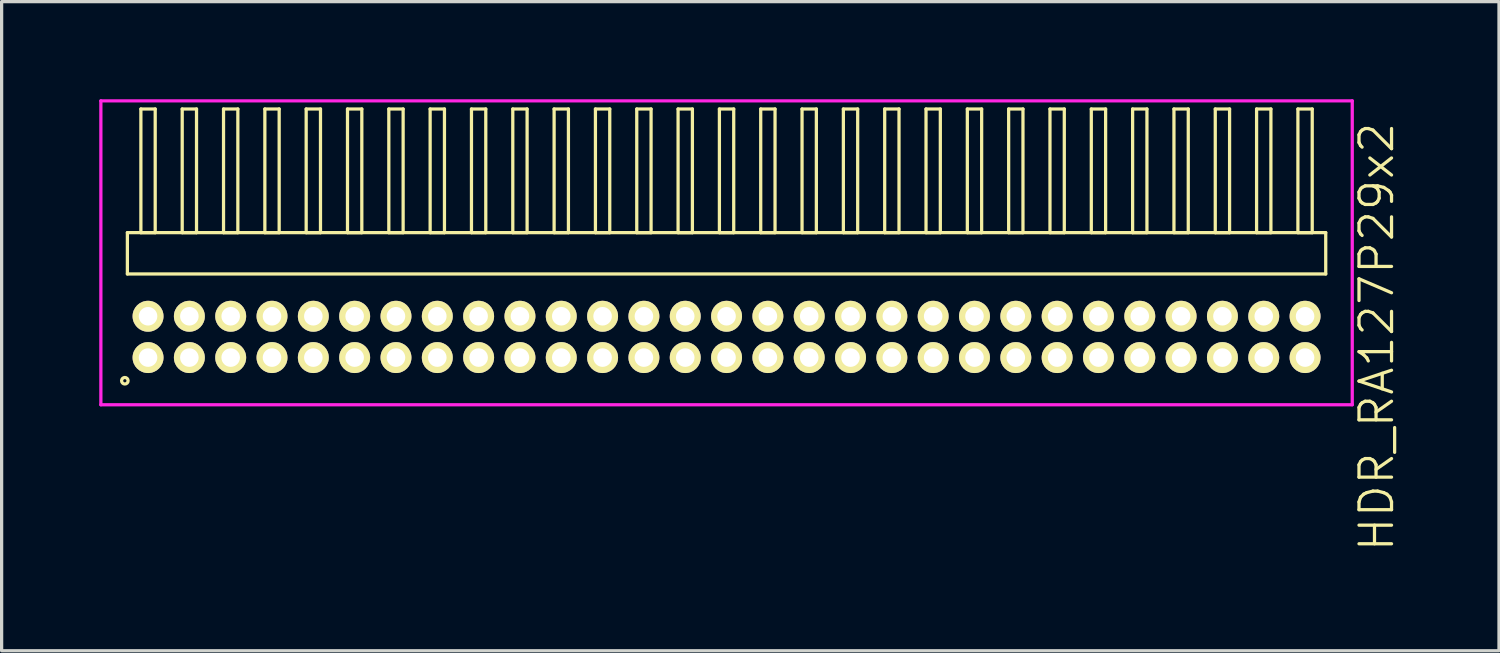
<source format=kicad_pcb>
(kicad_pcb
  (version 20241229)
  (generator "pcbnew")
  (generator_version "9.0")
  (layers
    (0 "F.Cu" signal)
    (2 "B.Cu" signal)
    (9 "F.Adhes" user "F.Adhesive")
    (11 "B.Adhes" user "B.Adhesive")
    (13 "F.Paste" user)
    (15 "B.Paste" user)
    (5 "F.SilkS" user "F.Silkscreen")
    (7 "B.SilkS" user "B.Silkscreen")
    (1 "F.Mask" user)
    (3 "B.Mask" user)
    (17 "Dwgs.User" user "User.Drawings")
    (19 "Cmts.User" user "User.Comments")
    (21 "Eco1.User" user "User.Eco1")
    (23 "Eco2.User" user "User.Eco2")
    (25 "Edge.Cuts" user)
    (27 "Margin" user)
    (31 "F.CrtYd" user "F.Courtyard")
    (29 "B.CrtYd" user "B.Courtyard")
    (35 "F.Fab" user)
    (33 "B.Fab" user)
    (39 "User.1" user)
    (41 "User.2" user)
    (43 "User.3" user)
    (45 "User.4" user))
  (footprint "HDR_RA127P29x2"
    (layer "F.Cu")
    (at 19.28 7.305)
    (property "Reference" "HDR_RA127P29x2" (at 19.98 0 90) (layer "F.SilkS") (effects (font (size 1 1) (thickness 0.1))))
    (attr through_hole)
    (fp_line (start -18.415 -3.205) (end -18.415 -1.935) (stroke (width 0.1) (type solid)) (layer "F.SilkS"))
    (fp_line (start -18.415 -1.935) (end 18.415 -1.935) (stroke (width 0.1) (type solid)) (layer "F.SilkS"))
    (fp_line (start -18 -7.005) (end -18 -3.205) (stroke (width 0.1) (type solid)) (layer "F.SilkS"))
    (fp_line (start -18 -3.205) (end -17.56 -3.205) (stroke (width 0.1) (type solid)) (layer "F.SilkS"))
    (fp_line (start -17.56 -7.005) (end -18 -7.005) (stroke (width 0.1) (type solid)) (layer "F.SilkS"))
    (fp_line (start -17.56 -3.205) (end -17.56 -7.005) (stroke (width 0.1) (type solid)) (layer "F.SilkS"))
    (fp_line (start -16.73 -7.005) (end -16.73 -3.205) (stroke (width 0.1) (type solid)) (layer "F.SilkS"))
    (fp_line (start -16.73 -3.205) (end -16.29 -3.205) (stroke (width 0.1) (type solid)) (layer "F.SilkS"))
    (fp_line (start -16.29 -7.005) (end -16.73 -7.005) (stroke (width 0.1) (type solid)) (layer "F.SilkS"))
    (fp_line (start -16.29 -3.205) (end -16.29 -7.005) (stroke (width 0.1) (type solid)) (layer "F.SilkS"))
    (fp_line (start -15.46 -7.005) (end -15.46 -3.205) (stroke (width 0.1) (type solid)) (layer "F.SilkS"))
    (fp_line (start -15.46 -3.205) (end -15.02 -3.205) (stroke (width 0.1) (type solid)) (layer "F.SilkS"))
    (fp_line (start -15.02 -7.005) (end -15.46 -7.005) (stroke (width 0.1) (type solid)) (layer "F.SilkS"))
    (fp_line (start -15.02 -3.205) (end -15.02 -7.005) (stroke (width 0.1) (type solid)) (layer "F.SilkS"))
    (fp_line (start -14.19 -7.005) (end -14.19 -3.205) (stroke (width 0.1) (type solid)) (layer "F.SilkS"))
    (fp_line (start -14.19 -3.205) (end -13.75 -3.205) (stroke (width 0.1) (type solid)) (layer "F.SilkS"))
    (fp_line (start -13.75 -7.005) (end -14.19 -7.005) (stroke (width 0.1) (type solid)) (layer "F.SilkS"))
    (fp_line (start -13.75 -3.205) (end -13.75 -7.005) (stroke (width 0.1) (type solid)) (layer "F.SilkS"))
    (fp_line (start -12.92 -7.005) (end -12.92 -3.205) (stroke (width 0.1) (type solid)) (layer "F.SilkS"))
    (fp_line (start -12.92 -3.205) (end -12.48 -3.205) (stroke (width 0.1) (type solid)) (layer "F.SilkS"))
    (fp_line (start -12.48 -7.005) (end -12.92 -7.005) (stroke (width 0.1) (type solid)) (layer "F.SilkS"))
    (fp_line (start -12.48 -3.205) (end -12.48 -7.005) (stroke (width 0.1) (type solid)) (layer "F.SilkS"))
    (fp_line (start -11.65 -7.005) (end -11.65 -3.205) (stroke (width 0.1) (type solid)) (layer "F.SilkS"))
    (fp_line (start -11.65 -3.205) (end -11.21 -3.205) (stroke (width 0.1) (type solid)) (layer "F.SilkS"))
    (fp_line (start -11.21 -7.005) (end -11.65 -7.005) (stroke (width 0.1) (type solid)) (layer "F.SilkS"))
    (fp_line (start -11.21 -3.205) (end -11.21 -7.005) (stroke (width 0.1) (type solid)) (layer "F.SilkS"))
    (fp_line (start -10.38 -7.005) (end -10.38 -3.205) (stroke (width 0.1) (type solid)) (layer "F.SilkS"))
    (fp_line (start -10.38 -3.205) (end -9.94 -3.205) (stroke (width 0.1) (type solid)) (layer "F.SilkS"))
    (fp_line (start -9.94 -7.005) (end -10.38 -7.005) (stroke (width 0.1) (type solid)) (layer "F.SilkS"))
    (fp_line (start -9.94 -3.205) (end -9.94 -7.005) (stroke (width 0.1) (type solid)) (layer "F.SilkS"))
    (fp_line (start -9.11 -7.005) (end -9.11 -3.205) (stroke (width 0.1) (type solid)) (layer "F.SilkS"))
    (fp_line (start -9.11 -3.205) (end -8.67 -3.205) (stroke (width 0.1) (type solid)) (layer "F.SilkS"))
    (fp_line (start -8.67 -7.005) (end -9.11 -7.005) (stroke (width 0.1) (type solid)) (layer "F.SilkS"))
    (fp_line (start -8.67 -3.205) (end -8.67 -7.005) (stroke (width 0.1) (type solid)) (layer "F.SilkS"))
    (fp_line (start -7.84 -7.005) (end -7.84 -3.205) (stroke (width 0.1) (type solid)) (layer "F.SilkS"))
    (fp_line (start -7.84 -3.205) (end -7.4 -3.205) (stroke (width 0.1) (type solid)) (layer "F.SilkS"))
    (fp_line (start -7.4 -7.005) (end -7.84 -7.005) (stroke (width 0.1) (type solid)) (layer "F.SilkS"))
    (fp_line (start -7.4 -3.205) (end -7.4 -7.005) (stroke (width 0.1) (type solid)) (layer "F.SilkS"))
    (fp_line (start -6.57 -7.005) (end -6.57 -3.205) (stroke (width 0.1) (type solid)) (layer "F.SilkS"))
    (fp_line (start -6.57 -3.205) (end -6.13 -3.205) (stroke (width 0.1) (type solid)) (layer "F.SilkS"))
    (fp_line (start -6.13 -7.005) (end -6.57 -7.005) (stroke (width 0.1) (type solid)) (layer "F.SilkS"))
    (fp_line (start -6.13 -3.205) (end -6.13 -7.005) (stroke (width 0.1) (type solid)) (layer "F.SilkS"))
    (fp_line (start -5.3 -7.005) (end -5.3 -3.205) (stroke (width 0.1) (type solid)) (layer "F.SilkS"))
    (fp_line (start -5.3 -3.205) (end -4.86 -3.205) (stroke (width 0.1) (type solid)) (layer "F.SilkS"))
    (fp_line (start -4.86 -7.005) (end -5.3 -7.005) (stroke (width 0.1) (type solid)) (layer "F.SilkS"))
    (fp_line (start -4.86 -3.205) (end -4.86 -7.005) (stroke (width 0.1) (type solid)) (layer "F.SilkS"))
    (fp_line (start -4.03 -7.005) (end -4.03 -3.205) (stroke (width 0.1) (type solid)) (layer "F.SilkS"))
    (fp_line (start -4.03 -3.205) (end -3.59 -3.205) (stroke (width 0.1) (type solid)) (layer "F.SilkS"))
    (fp_line (start -3.59 -7.005) (end -4.03 -7.005) (stroke (width 0.1) (type solid)) (layer "F.SilkS"))
    (fp_line (start -3.59 -3.205) (end -3.59 -7.005) (stroke (width 0.1) (type solid)) (layer "F.SilkS"))
    (fp_line (start -2.76 -7.005) (end -2.76 -3.205) (stroke (width 0.1) (type solid)) (layer "F.SilkS"))
    (fp_line (start -2.76 -3.205) (end -2.32 -3.205) (stroke (width 0.1) (type solid)) (layer "F.SilkS"))
    (fp_line (start -2.32 -7.005) (end -2.76 -7.005) (stroke (width 0.1) (type solid)) (layer "F.SilkS"))
    (fp_line (start -2.32 -3.205) (end -2.32 -7.005) (stroke (width 0.1) (type solid)) (layer "F.SilkS"))
    (fp_line (start -1.49 -7.005) (end -1.49 -3.205) (stroke (width 0.1) (type solid)) (layer "F.SilkS"))
    (fp_line (start -1.49 -3.205) (end -1.05 -3.205) (stroke (width 0.1) (type solid)) (layer "F.SilkS"))
    (fp_line (start -1.05 -7.005) (end -1.49 -7.005) (stroke (width 0.1) (type solid)) (layer "F.SilkS"))
    (fp_line (start -1.05 -3.205) (end -1.05 -7.005) (stroke (width 0.1) (type solid)) (layer "F.SilkS"))
    (fp_line (start -0.22 -7.005) (end -0.22 -3.205) (stroke (width 0.1) (type solid)) (layer "F.SilkS"))
    (fp_line (start -0.22 -3.205) (end 0.22 -3.205) (stroke (width 0.1) (type solid)) (layer "F.SilkS"))
    (fp_line (start 0.22 -7.005) (end -0.22 -7.005) (stroke (width 0.1) (type solid)) (layer "F.SilkS"))
    (fp_line (start 0.22 -3.205) (end 0.22 -7.005) (stroke (width 0.1) (type solid)) (layer "F.SilkS"))
    (fp_line (start 1.05 -7.005) (end 1.05 -3.205) (stroke (width 0.1) (type solid)) (layer "F.SilkS"))
    (fp_line (start 1.05 -3.205) (end 1.49 -3.205) (stroke (width 0.1) (type solid)) (layer "F.SilkS"))
    (fp_line (start 1.49 -7.005) (end 1.05 -7.005) (stroke (width 0.1) (type solid)) (layer "F.SilkS"))
    (fp_line (start 1.49 -3.205) (end 1.49 -7.005) (stroke (width 0.1) (type solid)) (layer "F.SilkS"))
    (fp_line (start 2.32 -7.005) (end 2.32 -3.205) (stroke (width 0.1) (type solid)) (layer "F.SilkS"))
    (fp_line (start 2.32 -3.205) (end 2.76 -3.205) (stroke (width 0.1) (type solid)) (layer "F.SilkS"))
    (fp_line (start 2.76 -7.005) (end 2.32 -7.005) (stroke (width 0.1) (type solid)) (layer "F.SilkS"))
    (fp_line (start 2.76 -3.205) (end 2.76 -7.005) (stroke (width 0.1) (type solid)) (layer "F.SilkS"))
    (fp_line (start 3.59 -7.005) (end 3.59 -3.205) (stroke (width 0.1) (type solid)) (layer "F.SilkS"))
    (fp_line (start 3.59 -3.205) (end 4.03 -3.205) (stroke (width 0.1) (type solid)) (layer "F.SilkS"))
    (fp_line (start 4.03 -7.005) (end 3.59 -7.005) (stroke (width 0.1) (type solid)) (layer "F.SilkS"))
    (fp_line (start 4.03 -3.205) (end 4.03 -7.005) (stroke (width 0.1) (type solid)) (layer "F.SilkS"))
    (fp_line (start 4.86 -7.005) (end 4.86 -3.205) (stroke (width 0.1) (type solid)) (layer "F.SilkS"))
    (fp_line (start 4.86 -3.205) (end 5.3 -3.205) (stroke (width 0.1) (type solid)) (layer "F.SilkS"))
    (fp_line (start 5.3 -7.005) (end 4.86 -7.005) (stroke (width 0.1) (type solid)) (layer "F.SilkS"))
    (fp_line (start 5.3 -3.205) (end 5.3 -7.005) (stroke (width 0.1) (type solid)) (layer "F.SilkS"))
    (fp_line (start 6.13 -7.005) (end 6.13 -3.205) (stroke (width 0.1) (type solid)) (layer "F.SilkS"))
    (fp_line (start 6.13 -3.205) (end 6.57 -3.205) (stroke (width 0.1) (type solid)) (layer "F.SilkS"))
    (fp_line (start 6.57 -7.005) (end 6.13 -7.005) (stroke (width 0.1) (type solid)) (layer "F.SilkS"))
    (fp_line (start 6.57 -3.205) (end 6.57 -7.005) (stroke (width 0.1) (type solid)) (layer "F.SilkS"))
    (fp_line (start 7.4 -7.005) (end 7.4 -3.205) (stroke (width 0.1) (type solid)) (layer "F.SilkS"))
    (fp_line (start 7.4 -3.205) (end 7.84 -3.205) (stroke (width 0.1) (type solid)) (layer "F.SilkS"))
    (fp_line (start 7.84 -7.005) (end 7.4 -7.005) (stroke (width 0.1) (type solid)) (layer "F.SilkS"))
    (fp_line (start 7.84 -3.205) (end 7.84 -7.005) (stroke (width 0.1) (type solid)) (layer "F.SilkS"))
    (fp_line (start 8.67 -7.005) (end 8.67 -3.205) (stroke (width 0.1) (type solid)) (layer "F.SilkS"))
    (fp_line (start 8.67 -3.205) (end 9.11 -3.205) (stroke (width 0.1) (type solid)) (layer "F.SilkS"))
    (fp_line (start 9.11 -7.005) (end 8.67 -7.005) (stroke (width 0.1) (type solid)) (layer "F.SilkS"))
    (fp_line (start 9.11 -3.205) (end 9.11 -7.005) (stroke (width 0.1) (type solid)) (layer "F.SilkS"))
    (fp_line (start 9.94 -7.005) (end 9.94 -3.205) (stroke (width 0.1) (type solid)) (layer "F.SilkS"))
    (fp_line (start 9.94 -3.205) (end 10.38 -3.205) (stroke (width 0.1) (type solid)) (layer "F.SilkS"))
    (fp_line (start 10.38 -7.005) (end 9.94 -7.005) (stroke (width 0.1) (type solid)) (layer "F.SilkS"))
    (fp_line (start 10.38 -3.205) (end 10.38 -7.005) (stroke (width 0.1) (type solid)) (layer "F.SilkS"))
    (fp_line (start 11.21 -7.005) (end 11.21 -3.205) (stroke (width 0.1) (type solid)) (layer "F.SilkS"))
    (fp_line (start 11.21 -3.205) (end 11.65 -3.205) (stroke (width 0.1) (type solid)) (layer "F.SilkS"))
    (fp_line (start 11.65 -7.005) (end 11.21 -7.005) (stroke (width 0.1) (type solid)) (layer "F.SilkS"))
    (fp_line (start 11.65 -3.205) (end 11.65 -7.005) (stroke (width 0.1) (type solid)) (layer "F.SilkS"))
    (fp_line (start 12.48 -7.005) (end 12.48 -3.205) (stroke (width 0.1) (type solid)) (layer "F.SilkS"))
    (fp_line (start 12.48 -3.205) (end 12.92 -3.205) (stroke (width 0.1) (type solid)) (layer "F.SilkS"))
    (fp_line (start 12.92 -7.005) (end 12.48 -7.005) (stroke (width 0.1) (type solid)) (layer "F.SilkS"))
    (fp_line (start 12.92 -3.205) (end 12.92 -7.005) (stroke (width 0.1) (type solid)) (layer "F.SilkS"))
    (fp_line (start 13.75 -7.005) (end 13.75 -3.205) (stroke (width 0.1) (type solid)) (layer "F.SilkS"))
    (fp_line (start 13.75 -3.205) (end 14.19 -3.205) (stroke (width 0.1) (type solid)) (layer "F.SilkS"))
    (fp_line (start 14.19 -7.005) (end 13.75 -7.005) (stroke (width 0.1) (type solid)) (layer "F.SilkS"))
    (fp_line (start 14.19 -3.205) (end 14.19 -7.005) (stroke (width 0.1) (type solid)) (layer "F.SilkS"))
    (fp_line (start 15.02 -7.005) (end 15.02 -3.205) (stroke (width 0.1) (type solid)) (layer "F.SilkS"))
    (fp_line (start 15.02 -3.205) (end 15.46 -3.205) (stroke (width 0.1) (type solid)) (layer "F.SilkS"))
    (fp_line (start 15.46 -7.005) (end 15.02 -7.005) (stroke (width 0.1) (type solid)) (layer "F.SilkS"))
    (fp_line (start 15.46 -3.205) (end 15.46 -7.005) (stroke (width 0.1) (type solid)) (layer "F.SilkS"))
    (fp_line (start 16.29 -7.005) (end 16.29 -3.205) (stroke (width 0.1) (type solid)) (layer "F.SilkS"))
    (fp_line (start 16.29 -3.205) (end 16.73 -3.205) (stroke (width 0.1) (type solid)) (layer "F.SilkS"))
    (fp_line (start 16.73 -7.005) (end 16.29 -7.005) (stroke (width 0.1) (type solid)) (layer "F.SilkS"))
    (fp_line (start 16.73 -3.205) (end 16.73 -7.005) (stroke (width 0.1) (type solid)) (layer "F.SilkS"))
    (fp_line (start 17.56 -7.005) (end 17.56 -3.205) (stroke (width 0.1) (type solid)) (layer "F.SilkS"))
    (fp_line (start 17.56 -3.205) (end 18 -3.205) (stroke (width 0.1) (type solid)) (layer "F.SilkS"))
    (fp_line (start 18 -7.005) (end 17.56 -7.005) (stroke (width 0.1) (type solid)) (layer "F.SilkS"))
    (fp_line (start 18 -3.205) (end 18 -7.005) (stroke (width 0.1) (type solid)) (layer "F.SilkS"))
    (fp_line (start 18.415 -3.205) (end -18.415 -3.205) (stroke (width 0.1) (type solid)) (layer "F.SilkS"))
    (fp_line (start 18.415 -1.935) (end 18.415 -3.205) (stroke (width 0.1) (type solid)) (layer "F.SilkS"))
    (fp_circle (center -18.493 1.347) (end -18.393 1.347) (stroke (width 0.1) (type solid)) (fill no) (layer "F.SilkS"))
    (fp_line (start -19.23 -7.255) (end -19.23 2.085) (stroke (width 0.1) (type solid)) (layer "F.CrtYd"))
    (fp_line (start -19.23 2.085) (end 19.23 2.085) (stroke (width 0.1) (type solid)) (layer "F.CrtYd"))
    (fp_line (start 19.23 -7.255) (end -19.23 -7.255) (stroke (width 0.1) (type solid)) (layer "F.CrtYd"))
    (fp_line (start 19.23 2.085) (end 19.23 -7.255) (stroke (width 0.1) (type solid)) (layer "F.CrtYd"))
    (pad "1" thru_hole oval (at -17.78 0.635) (size 0.95 0.95) (drill 0.57) (layers "*.Cu" "*.Mask" "F.SilkS"))
    (pad "2" thru_hole oval (at -17.78 -0.635) (size 0.95 0.95) (drill 0.57) (layers "*.Cu" "*.Mask" "F.SilkS"))
    (pad "3" thru_hole oval (at -16.51 0.635) (size 0.95 0.95) (drill 0.57) (layers "*.Cu" "*.Mask" "F.SilkS"))
    (pad "4" thru_hole oval (at -16.51 -0.635) (size 0.95 0.95) (drill 0.57) (layers "*.Cu" "*.Mask" "F.SilkS"))
    (pad "5" thru_hole oval (at -15.24 0.635) (size 0.95 0.95) (drill 0.57) (layers "*.Cu" "*.Mask" "F.SilkS"))
    (pad "6" thru_hole oval (at -15.24 -0.635) (size 0.95 0.95) (drill 0.57) (layers "*.Cu" "*.Mask" "F.SilkS"))
    (pad "7" thru_hole oval (at -13.97 0.635) (size 0.95 0.95) (drill 0.57) (layers "*.Cu" "*.Mask" "F.SilkS"))
    (pad "8" thru_hole oval (at -13.97 -0.635) (size 0.95 0.95) (drill 0.57) (layers "*.Cu" "*.Mask" "F.SilkS"))
    (pad "9" thru_hole oval (at -12.7 0.635) (size 0.95 0.95) (drill 0.57) (layers "*.Cu" "*.Mask" "F.SilkS"))
    (pad "10" thru_hole oval (at -12.7 -0.635) (size 0.95 0.95) (drill 0.57) (layers "*.Cu" "*.Mask" "F.SilkS"))
    (pad "11" thru_hole oval (at -11.43 0.635) (size 0.95 0.95) (drill 0.57) (layers "*.Cu" "*.Mask" "F.SilkS"))
    (pad "12" thru_hole oval (at -11.43 -0.635) (size 0.95 0.95) (drill 0.57) (layers "*.Cu" "*.Mask" "F.SilkS"))
    (pad "13" thru_hole oval (at -10.16 0.635) (size 0.95 0.95) (drill 0.57) (layers "*.Cu" "*.Mask" "F.SilkS"))
    (pad "14" thru_hole oval (at -10.16 -0.635) (size 0.95 0.95) (drill 0.57) (layers "*.Cu" "*.Mask" "F.SilkS"))
    (pad "15" thru_hole oval (at -8.89 0.635) (size 0.95 0.95) (drill 0.57) (layers "*.Cu" "*.Mask" "F.SilkS"))
    (pad "16" thru_hole oval (at -8.89 -0.635) (size 0.95 0.95) (drill 0.57) (layers "*.Cu" "*.Mask" "F.SilkS"))
    (pad "17" thru_hole oval (at -7.62 0.635) (size 0.95 0.95) (drill 0.57) (layers "*.Cu" "*.Mask" "F.SilkS"))
    (pad "18" thru_hole oval (at -7.62 -0.635) (size 0.95 0.95) (drill 0.57) (layers "*.Cu" "*.Mask" "F.SilkS"))
    (pad "19" thru_hole oval (at -6.35 0.635) (size 0.95 0.95) (drill 0.57) (layers "*.Cu" "*.Mask" "F.SilkS"))
    (pad "20" thru_hole oval (at -6.35 -0.635) (size 0.95 0.95) (drill 0.57) (layers "*.Cu" "*.Mask" "F.SilkS"))
    (pad "21" thru_hole oval (at -5.08 0.635) (size 0.95 0.95) (drill 0.57) (layers "*.Cu" "*.Mask" "F.SilkS"))
    (pad "22" thru_hole oval (at -5.08 -0.635) (size 0.95 0.95) (drill 0.57) (layers "*.Cu" "*.Mask" "F.SilkS"))
    (pad "23" thru_hole oval (at -3.81 0.635) (size 0.95 0.95) (drill 0.57) (layers "*.Cu" "*.Mask" "F.SilkS"))
    (pad "24" thru_hole oval (at -3.81 -0.635) (size 0.95 0.95) (drill 0.57) (layers "*.Cu" "*.Mask" "F.SilkS"))
    (pad "25" thru_hole oval (at -2.54 0.635) (size 0.95 0.95) (drill 0.57) (layers "*.Cu" "*.Mask" "F.SilkS"))
    (pad "26" thru_hole oval (at -2.54 -0.635) (size 0.95 0.95) (drill 0.57) (layers "*.Cu" "*.Mask" "F.SilkS"))
    (pad "27" thru_hole oval (at -1.27 0.635) (size 0.95 0.95) (drill 0.57) (layers "*.Cu" "*.Mask" "F.SilkS"))
    (pad "28" thru_hole oval (at -1.27 -0.635) (size 0.95 0.95) (drill 0.57) (layers "*.Cu" "*.Mask" "F.SilkS"))
    (pad "29" thru_hole oval (at 0 0.635) (size 0.95 0.95) (drill 0.57) (layers "*.Cu" "*.Mask" "F.SilkS"))
    (pad "30" thru_hole oval (at 0 -0.635) (size 0.95 0.95) (drill 0.57) (layers "*.Cu" "*.Mask" "F.SilkS"))
    (pad "31" thru_hole oval (at 1.27 0.635) (size 0.95 0.95) (drill 0.57) (layers "*.Cu" "*.Mask" "F.SilkS"))
    (pad "32" thru_hole oval (at 1.27 -0.635) (size 0.95 0.95) (drill 0.57) (layers "*.Cu" "*.Mask" "F.SilkS"))
    (pad "33" thru_hole oval (at 2.54 0.635) (size 0.95 0.95) (drill 0.57) (layers "*.Cu" "*.Mask" "F.SilkS"))
    (pad "34" thru_hole oval (at 2.54 -0.635) (size 0.95 0.95) (drill 0.57) (layers "*.Cu" "*.Mask" "F.SilkS"))
    (pad "35" thru_hole oval (at 3.81 0.635) (size 0.95 0.95) (drill 0.57) (layers "*.Cu" "*.Mask" "F.SilkS"))
    (pad "36" thru_hole oval (at 3.81 -0.635) (size 0.95 0.95) (drill 0.57) (layers "*.Cu" "*.Mask" "F.SilkS"))
    (pad "37" thru_hole oval (at 5.08 0.635) (size 0.95 0.95) (drill 0.57) (layers "*.Cu" "*.Mask" "F.SilkS"))
    (pad "38" thru_hole oval (at 5.08 -0.635) (size 0.95 0.95) (drill 0.57) (layers "*.Cu" "*.Mask" "F.SilkS"))
    (pad "39" thru_hole oval (at 6.35 0.635) (size 0.95 0.95) (drill 0.57) (layers "*.Cu" "*.Mask" "F.SilkS"))
    (pad "40" thru_hole oval (at 6.35 -0.635) (size 0.95 0.95) (drill 0.57) (layers "*.Cu" "*.Mask" "F.SilkS"))
    (pad "41" thru_hole oval (at 7.62 0.635) (size 0.95 0.95) (drill 0.57) (layers "*.Cu" "*.Mask" "F.SilkS"))
    (pad "42" thru_hole oval (at 7.62 -0.635) (size 0.95 0.95) (drill 0.57) (layers "*.Cu" "*.Mask" "F.SilkS"))
    (pad "43" thru_hole oval (at 8.89 0.635) (size 0.95 0.95) (drill 0.57) (layers "*.Cu" "*.Mask" "F.SilkS"))
    (pad "44" thru_hole oval (at 8.89 -0.635) (size 0.95 0.95) (drill 0.57) (layers "*.Cu" "*.Mask" "F.SilkS"))
    (pad "45" thru_hole oval (at 10.16 0.635) (size 0.95 0.95) (drill 0.57) (layers "*.Cu" "*.Mask" "F.SilkS"))
    (pad "46" thru_hole oval (at 10.16 -0.635) (size 0.95 0.95) (drill 0.57) (layers "*.Cu" "*.Mask" "F.SilkS"))
    (pad "47" thru_hole oval (at 11.43 0.635) (size 0.95 0.95) (drill 0.57) (layers "*.Cu" "*.Mask" "F.SilkS"))
    (pad "48" thru_hole oval (at 11.43 -0.635) (size 0.95 0.95) (drill 0.57) (layers "*.Cu" "*.Mask" "F.SilkS"))
    (pad "49" thru_hole oval (at 12.7 0.635) (size 0.95 0.95) (drill 0.57) (layers "*.Cu" "*.Mask" "F.SilkS"))
    (pad "50" thru_hole oval (at 12.7 -0.635) (size 0.95 0.95) (drill 0.57) (layers "*.Cu" "*.Mask" "F.SilkS"))
    (pad "51" thru_hole oval (at 13.97 0.635) (size 0.95 0.95) (drill 0.57) (layers "*.Cu" "*.Mask" "F.SilkS"))
    (pad "52" thru_hole oval (at 13.97 -0.635) (size 0.95 0.95) (drill 0.57) (layers "*.Cu" "*.Mask" "F.SilkS"))
    (pad "53" thru_hole oval (at 15.24 0.635) (size 0.95 0.95) (drill 0.57) (layers "*.Cu" "*.Mask" "F.SilkS"))
    (pad "54" thru_hole oval (at 15.24 -0.635) (size 0.95 0.95) (drill 0.57) (layers "*.Cu" "*.Mask" "F.SilkS"))
    (pad "55" thru_hole oval (at 16.51 0.635) (size 0.95 0.95) (drill 0.57) (layers "*.Cu" "*.Mask" "F.SilkS"))
    (pad "56" thru_hole oval (at 16.51 -0.635) (size 0.95 0.95) (drill 0.57) (layers "*.Cu" "*.Mask" "F.SilkS"))
    (pad "57" thru_hole oval (at 17.78 0.635) (size 0.95 0.95) (drill 0.57) (layers "*.Cu" "*.Mask" "F.SilkS"))
    (pad "58" thru_hole oval (at 17.78 -0.635) (size 0.95 0.95) (drill 0.57) (layers "*.Cu" "*.Mask" "F.SilkS")))
  (gr_rect
    (start -3 -3)
    (end 43.02 16.95)
    (stroke (width 0.1) (type default))
    (fill no)
    (layer "Edge.Cuts")))
</source>
